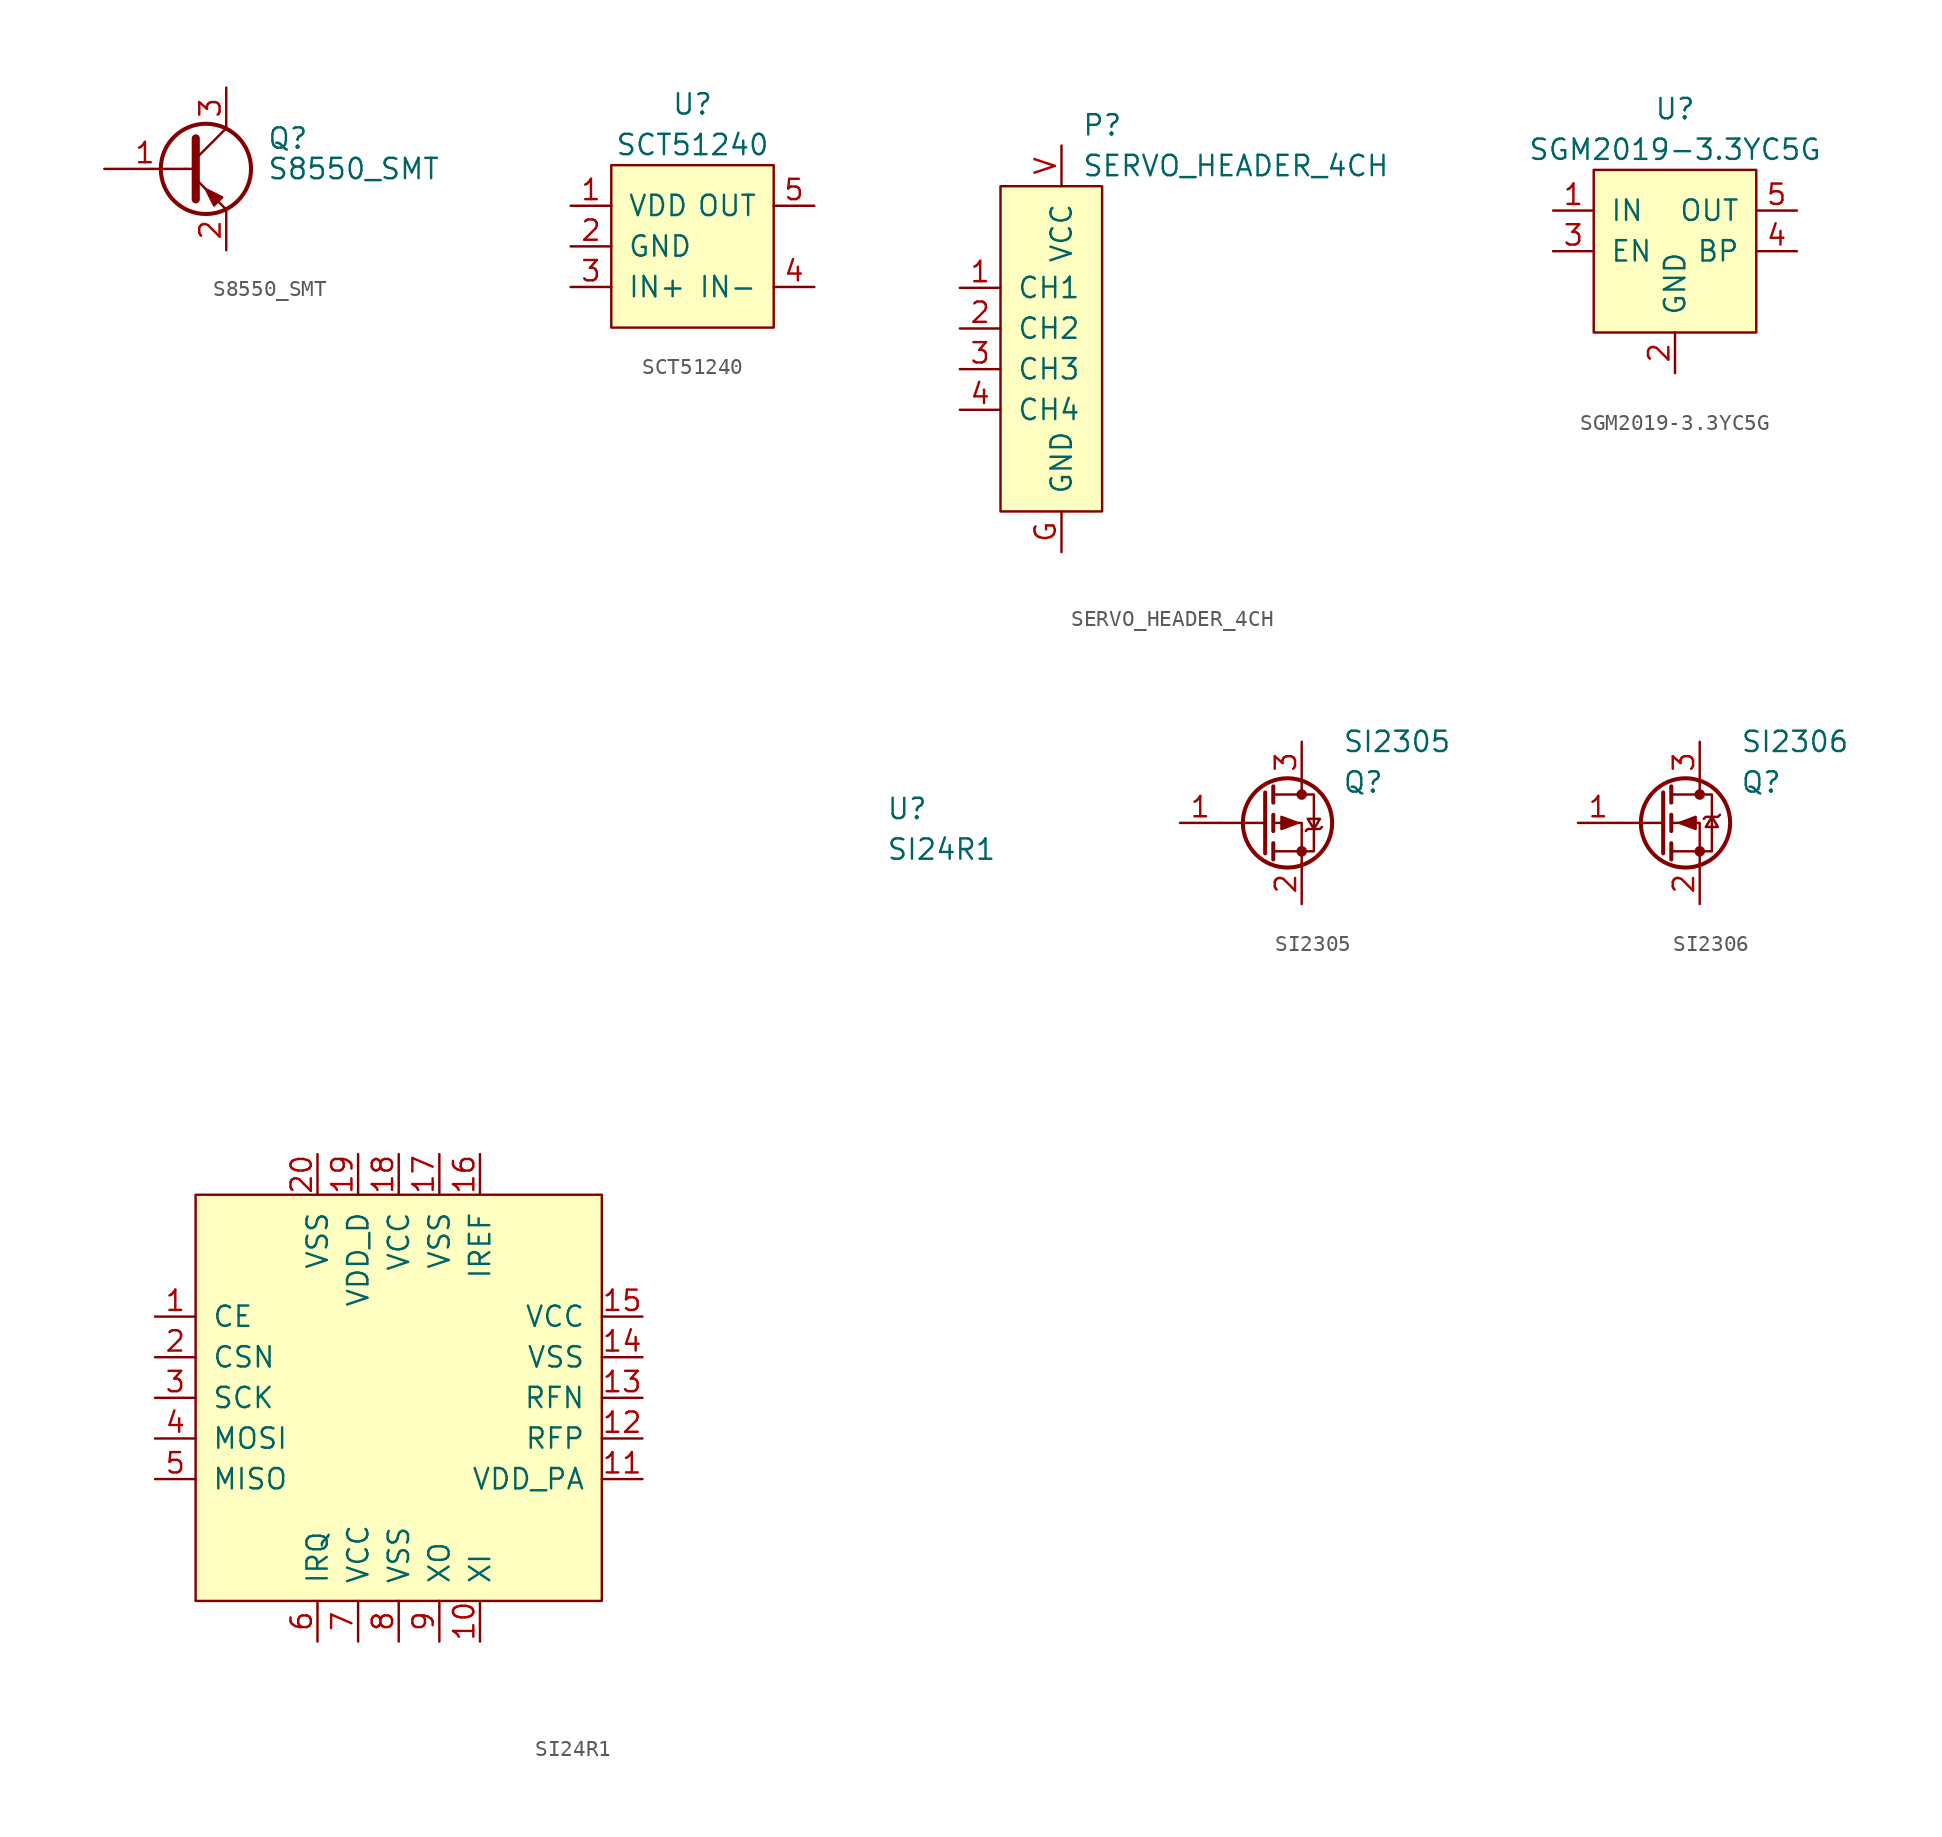
<source format=kicad_sym>
(kicad_symbol_lib
  (version 20231120)
  (generator "kicad_symbol_editor")
  (generator_version "8.0")
  (symbol "S8550_SMT"
    (pin_names
      (offset 0) hide)
    (property "Reference" "Q"
      (at 5.08 1.905 0)
      (effects (font (size 1.27 1.27)) (justify left)))
    (property "Value" "S8550_SMT"
      (at 5.08 0 0)
      (effects (font (size 1.27 1.27)) (justify left)))
    (symbol "S8550_SMT_0_1"
      (polyline (pts (xy 0 0) (xy 0.635 0)) (stroke (width 0) (type default)) (fill (type none)))
      (polyline (pts (xy 2.54 -2.54) (xy 0.635 -0.635)) (stroke (width 0) (type default)) (fill (type none)))
      (polyline (pts (xy 2.54 2.54) (xy 0.635 0.635)) (stroke (width 0) (type default)) (fill (type none)))
      (polyline (pts (xy 0.635 1.905) (xy 0.635 -1.905) (xy 0.635 -1.905)) (stroke (width 0.508) (type default)) (fill (type outline)))
      (polyline (pts (xy 1.778 -2.286) (xy 2.286 -1.778) (xy 1.27 -1.27) (xy 1.778 -2.286) (xy 1.778 -2.286)) (stroke (width 0) (type default)) (fill (type outline)))
      (circle (center 1.27 0) (radius 2.819) (stroke (width 0.254) (type default)) (fill (type none))))
    (symbol "S8550_SMT_1_1"
      (pin input line (at -5.08 0 0) (length 5.08) (name "B" (effects (font (size 1.27 1.27)))) (number "1" (effects (font (size 1.27 1.27)))))
      (pin passive line (at 2.54 -5.08 90) (length 2.54) (name "E" (effects (font (size 1.27 1.27)))) (number "2" (effects (font (size 1.27 1.27)))))
      (pin passive line (at 2.54 5.08 270) (length 2.54) (name "C" (effects (font (size 1.27 1.27)))) (number "3" (effects (font (size 1.27 1.27)))))))
  (symbol "SCT51240"
    (pin_names
      (offset 1.016))
    (property "Reference" "U"
      (at 0 6.35 0)
      (effects (font (size 1.27 1.27))))
    (property "Value" "SCT51240"
      (at 0 3.81 0)
      (effects (font (size 1.27 1.27))))
    (symbol "SCT51240_0_1"
      (rectangle (start -5.08 2.54) (end 5.08 -7.62) (stroke (width 0) (type default)) (fill (type background))))
    (symbol "SCT51240_1_1"
      (pin power_in line (at -7.62 0 0) (length 2.54) (name "VDD" (effects (font (size 1.27 1.27)))) (number "1" (effects (font (size 1.27 1.27)))))
      (pin power_in line (at -7.62 -2.54 0) (length 2.54) (name "GND" (effects (font (size 1.27 1.27)))) (number "2" (effects (font (size 1.27 1.27)))))
      (pin input line (at -7.62 -5.08 0) (length 2.54) (name "IN+" (effects (font (size 1.27 1.27)))) (number "3" (effects (font (size 1.27 1.27)))))
      (pin input line (at 7.62 -5.08 180) (length 2.54) (name "IN-" (effects (font (size 1.27 1.27)))) (number "4" (effects (font (size 1.27 1.27)))))
      (pin input line (at 7.62 0 180) (length 2.54) (name "OUT" (effects (font (size 1.27 1.27)))) (number "5" (effects (font (size 1.27 1.27)))))))
  (symbol "SERVO_HEADER_4CH"
    (pin_names
      (offset 1.016))
    (property "Reference" "P"
      (at 1.27 13.97 0)
      (effects (font (size 1.27 1.27)) (justify left)))
    (property "Value" "SERVO_HEADER_4CH"
      (at 1.27 11.43 0)
      (effects (font (size 1.27 1.27)) (justify left)))
    (symbol "SERVO_HEADER_4CH_0_1"
      (rectangle (start -3.81 10.16) (end 2.54 -10.16) (stroke (width 0) (type default)) (fill (type background))))
    (symbol "SERVO_HEADER_4CH_1_1"
      (pin passive line (at -6.35 3.81 0) (length 2.54) (name "CH1" (effects (font (size 1.27 1.27)))) (number "1" (effects (font (size 1.27 1.27)))))
      (pin passive line (at -6.35 1.27 0) (length 2.54) (name "CH2" (effects (font (size 1.27 1.27)))) (number "2" (effects (font (size 1.27 1.27)))))
      (pin passive line (at -6.35 -1.27 0) (length 2.54) (name "CH3" (effects (font (size 1.27 1.27)))) (number "3" (effects (font (size 1.27 1.27)))))
      (pin passive line (at -6.35 -3.81 0) (length 2.54) (name "CH4" (effects (font (size 1.27 1.27)))) (number "4" (effects (font (size 1.27 1.27)))))
      (pin power_in line (at 0 -12.7 90) (length 2.54) (name "GND" (effects (font (size 1.27 1.27)))) (number "G" (effects (font (size 1.27 1.27)))))
      (pin power_in line (at 0 12.7 270) (length 2.54) (name "VCC" (effects (font (size 1.27 1.27)))) (number "V" (effects (font (size 1.27 1.27)))))))
  (symbol "SGM2019-3.3YC5G"
    (pin_names
      (offset 1.016))
    (property "Reference" "U"
      (at 0 6.35 0)
      (effects (font (size 1.27 1.27))))
    (property "Value" "SGM2019-3.3YC5G"
      (at 0 3.81 0)
      (effects (font (size 1.27 1.27))))
    (symbol "SGM2019-3.3YC5G_0_1"
      (rectangle (start -5.08 2.54) (end 5.08 -7.62) (stroke (width 0) (type default)) (fill (type background))))
    (symbol "SGM2019-3.3YC5G_1_1"
      (pin power_in line (at -7.62 0 0) (length 2.54) (name "IN" (effects (font (size 1.27 1.27)))) (number "1" (effects (font (size 1.27 1.27)))))
      (pin power_in line (at 0 -10.16 90) (length 2.54) (name "GND" (effects (font (size 1.27 1.27)))) (number "2" (effects (font (size 1.27 1.27)))))
      (pin input line (at -7.62 -2.54 0) (length 2.54) (name "EN" (effects (font (size 1.27 1.27)))) (number "3" (effects (font (size 1.27 1.27)))))
      (pin output line (at 7.62 -2.54 180) (length 2.54) (name "BP" (effects (font (size 1.27 1.27)))) (number "4" (effects (font (size 1.27 1.27)))))
      (pin input line (at 7.62 0 180) (length 2.54) (name "OUT" (effects (font (size 1.27 1.27)))) (number "5" (effects (font (size 1.27 1.27)))))))
  (symbol "SI24R1"
    (pin_names
      (offset 1.016))
    (property "Reference" "U"
      (at 30.48 36.83 0)
      (effects (font (size 1.27 1.27)) (justify left)))
    (property "Value" "SI24R1"
      (at 30.48 34.29 0)
      (effects (font (size 1.27 1.27)) (justify left)))
    (symbol "SI24R1_0_1"
      (rectangle (start -12.7 12.7) (end 12.7 -12.7) (stroke (width 0) (type default)) (fill (type background))))
    (symbol "SI24R1_1_1"
      (pin input line (at -15.24 5.08 0) (length 2.54) (name "CE" (effects (font (size 1.27 1.27)))) (number "1" (effects (font (size 1.27 1.27)))))
      (pin input line (at 5.08 -15.24 90) (length 2.54) (name "XI" (effects (font (size 1.27 1.27)))) (number "10" (effects (font (size 1.27 1.27)))))
      (pin power_in line (at 15.24 -5.08 180) (length 2.54) (name "VDD_PA" (effects (font (size 1.27 1.27)))) (number "11" (effects (font (size 1.27 1.27)))))
      (pin bidirectional line (at 15.24 -2.54 180) (length 2.54) (name "RFP" (effects (font (size 1.27 1.27)))) (number "12" (effects (font (size 1.27 1.27)))))
      (pin bidirectional line (at 15.24 0 180) (length 2.54) (name "RFN" (effects (font (size 1.27 1.27)))) (number "13" (effects (font (size 1.27 1.27)))))
      (pin power_out line (at 15.24 2.54 180) (length 2.54) (name "VSS" (effects (font (size 1.27 1.27)))) (number "14" (effects (font (size 1.27 1.27)))))
      (pin power_out line (at 15.24 5.08 180) (length 2.54) (name "VCC" (effects (font (size 1.27 1.27)))) (number "15" (effects (font (size 1.27 1.27)))))
      (pin input line (at 5.08 15.24 270) (length 2.54) (name "IREF" (effects (font (size 1.27 1.27)))) (number "16" (effects (font (size 1.27 1.27)))))
      (pin power_in line (at 2.54 15.24 270) (length 2.54) (name "VSS" (effects (font (size 1.27 1.27)))) (number "17" (effects (font (size 1.27 1.27)))))
      (pin power_in line (at 0 15.24 270) (length 2.54) (name "VCC" (effects (font (size 1.27 1.27)))) (number "18" (effects (font (size 1.27 1.27)))))
      (pin power_out line (at -2.54 15.24 270) (length 2.54) (name "VDD_D" (effects (font (size 1.27 1.27)))) (number "19" (effects (font (size 1.27 1.27)))))
      (pin input line (at -15.24 2.54 0) (length 2.54) (name "CSN" (effects (font (size 1.27 1.27)))) (number "2" (effects (font (size 1.27 1.27)))))
      (pin power_in line (at -5.08 15.24 270) (length 2.54) (name "VSS" (effects (font (size 1.27 1.27)))) (number "20" (effects (font (size 1.27 1.27)))))
      (pin power_in line (at -5.08 15.24 270) (length 2.54) hide (name "VSS" (effects (font (size 1.27 1.27)))) (number "21" (effects (font (size 1.27 1.27)))))
      (pin input line (at -15.24 0 0) (length 2.54) (name "SCK" (effects (font (size 1.27 1.27)))) (number "3" (effects (font (size 1.27 1.27)))))
      (pin input line (at -15.24 -2.54 0) (length 2.54) (name "MOSI" (effects (font (size 1.27 1.27)))) (number "4" (effects (font (size 1.27 1.27)))))
      (pin output line (at -15.24 -5.08 0) (length 2.54) (name "MISO" (effects (font (size 1.27 1.27)))) (number "5" (effects (font (size 1.27 1.27)))))
      (pin output line (at -5.08 -15.24 90) (length 2.54) (name "IRQ" (effects (font (size 1.27 1.27)))) (number "6" (effects (font (size 1.27 1.27)))))
      (pin power_in line (at -2.54 -15.24 90) (length 2.54) (name "VCC" (effects (font (size 1.27 1.27)))) (number "7" (effects (font (size 1.27 1.27)))))
      (pin power_in line (at 0 -15.24 90) (length 2.54) (name "VSS" (effects (font (size 1.27 1.27)))) (number "8" (effects (font (size 1.27 1.27)))))
      (pin output line (at 2.54 -15.24 90) (length 2.54) (name "XO" (effects (font (size 1.27 1.27)))) (number "9" (effects (font (size 1.27 1.27)))))))
  (symbol "SI2305"
    (pin_names
      (offset 1.016) hide)
    (property "Reference" "Q"
      (at 5.08 2.54 0)
      (effects (font (size 1.27 1.27)) (justify left)))
    (property "Value" "SI2305"
      (at 5.08 5.08 0)
      (effects (font (size 1.27 1.27)) (justify left)))
    (symbol "SI2305_1_1"
      (polyline (pts (xy 0.254 0) (xy -2.54 0)) (stroke (width 0) (type default)) (fill (type none)))
      (polyline (pts (xy 0.254 1.905) (xy 0.254 -1.905)) (stroke (width 0.254) (type default)) (fill (type none)))
      (polyline (pts (xy 0.762 -1.27) (xy 0.762 -2.286)) (stroke (width 0.254) (type default)) (fill (type none)))
      (polyline (pts (xy 0.762 0.508) (xy 0.762 -0.508)) (stroke (width 0.254) (type default)) (fill (type none)))
      (polyline (pts (xy 0.762 2.286) (xy 0.762 1.27)) (stroke (width 0.254) (type default)) (fill (type none)))
      (polyline (pts (xy 2.54 2.54) (xy 2.54 1.778)) (stroke (width 0) (type default)) (fill (type none)))
      (polyline (pts (xy 2.54 -2.54) (xy 2.54 0) (xy 0.762 0)) (stroke (width 0) (type default)) (fill (type none)))
      (polyline (pts (xy 0.762 1.778) (xy 3.302 1.778) (xy 3.302 -1.778) (xy 0.762 -1.778)) (stroke (width 0) (type default)) (fill (type none)))
      (polyline (pts (xy 2.286 0) (xy 1.27 0.381) (xy 1.27 -0.381) (xy 2.286 0)) (stroke (width 0) (type default)) (fill (type outline)))
      (polyline (pts (xy 2.794 -0.508) (xy 2.921 -0.381) (xy 3.683 -0.381) (xy 3.81 -0.254)) (stroke (width 0) (type default)) (fill (type none)))
      (polyline (pts (xy 3.302 -0.381) (xy 2.921 0.254) (xy 3.683 0.254) (xy 3.302 -0.381)) (stroke (width 0) (type default)) (fill (type none)))
      (circle (center 1.651 0) (radius 2.794) (stroke (width 0.254) (type default)) (fill (type none)))
      (circle (center 2.54 -1.778) (radius 0.254) (stroke (width 0) (type default)) (fill (type outline)))
      (circle (center 2.54 1.778) (radius 0.254) (stroke (width 0) (type default)) (fill (type outline)))
      (pin input line (at -5.08 0 0) (length 2.54) (name "G" (effects (font (size 1.27 1.27)))) (number "1" (effects (font (size 1.27 1.27)))))
      (pin passive line (at 2.54 -5.08 90) (length 2.54) (name "S" (effects (font (size 1.27 1.27)))) (number "2" (effects (font (size 1.27 1.27)))))
      (pin passive line (at 2.54 5.08 270) (length 2.54) (name "D" (effects (font (size 1.27 1.27)))) (number "3" (effects (font (size 1.27 1.27)))))))
  (symbol "SI2306"
    (pin_names
      (offset 1.016) hide)
    (property "Reference" "Q"
      (at 5.08 2.54 0)
      (effects (font (size 1.27 1.27)) (justify left)))
    (property "Value" "SI2306"
      (at 5.08 5.08 0)
      (effects (font (size 1.27 1.27)) (justify left)))
    (symbol "SI2306_1_1"
      (polyline (pts (xy 0.254 0) (xy -2.54 0)) (stroke (width 0) (type default)) (fill (type none)))
      (polyline (pts (xy 0.254 1.905) (xy 0.254 -1.905)) (stroke (width 0.254) (type default)) (fill (type none)))
      (polyline (pts (xy 0.762 -1.27) (xy 0.762 -2.286)) (stroke (width 0.254) (type default)) (fill (type none)))
      (polyline (pts (xy 0.762 0.508) (xy 0.762 -0.508)) (stroke (width 0.254) (type default)) (fill (type none)))
      (polyline (pts (xy 0.762 2.286) (xy 0.762 1.27)) (stroke (width 0.254) (type default)) (fill (type none)))
      (polyline (pts (xy 2.54 2.54) (xy 2.54 1.778)) (stroke (width 0) (type default)) (fill (type none)))
      (polyline (pts (xy 2.54 -2.54) (xy 2.54 0) (xy 0.762 0)) (stroke (width 0) (type default)) (fill (type none)))
      (polyline (pts (xy 0.762 1.778) (xy 3.302 1.778) (xy 3.302 -1.778) (xy 0.762 -1.778)) (stroke (width 0) (type default)) (fill (type none)))
      (polyline (pts (xy 1.27 0) (xy 2.286 -0.381) (xy 2.286 0.381) (xy 1.27 0)) (stroke (width 0) (type default)) (fill (type outline)))
      (polyline (pts (xy 2.794 0.254) (xy 2.921 0.381) (xy 3.683 0.381) (xy 3.81 0.508)) (stroke (width 0) (type default)) (fill (type none)))
      (polyline (pts (xy 3.302 0.381) (xy 3.683 -0.254) (xy 2.921 -0.254) (xy 3.302 0.381)) (stroke (width 0) (type default)) (fill (type none)))
      (circle (center 1.651 0) (radius 2.794) (stroke (width 0.254) (type default)) (fill (type none)))
      (circle (center 2.54 -1.778) (radius 0.254) (stroke (width 0) (type default)) (fill (type outline)))
      (circle (center 2.54 1.778) (radius 0.254) (stroke (width 0) (type default)) (fill (type outline)))
      (pin input line (at -5.08 0 0) (length 2.54) (name "G" (effects (font (size 1.27 1.27)))) (number "1" (effects (font (size 1.27 1.27)))))
      (pin passive line (at 2.54 -5.08 90) (length 2.54) (name "S" (effects (font (size 1.27 1.27)))) (number "2" (effects (font (size 1.27 1.27)))))
      (pin passive line (at 2.54 5.08 270) (length 2.54) (name "D" (effects (font (size 1.27 1.27)))) (number "3" (effects (font (size 1.27 1.27))))))))
</source>
